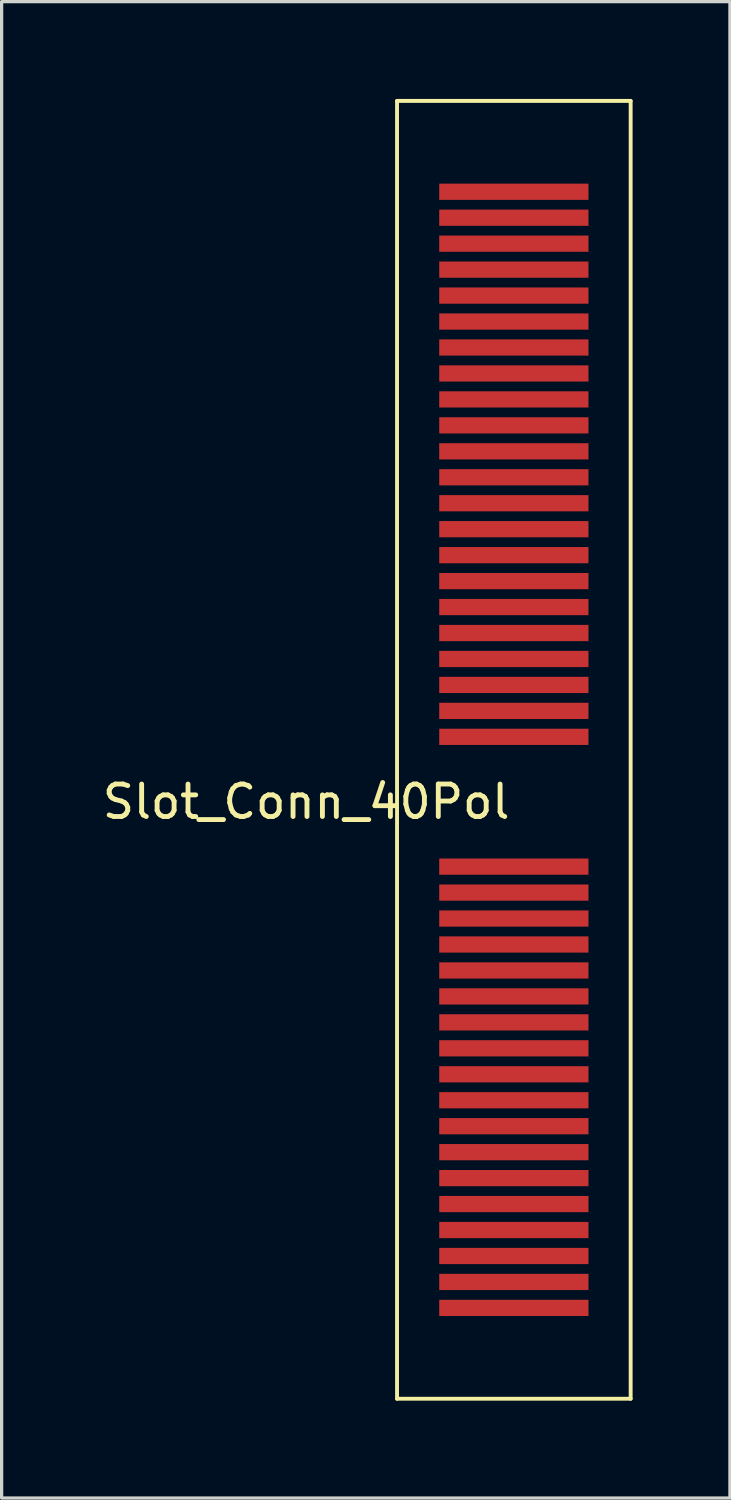
<source format=kicad_pcb>
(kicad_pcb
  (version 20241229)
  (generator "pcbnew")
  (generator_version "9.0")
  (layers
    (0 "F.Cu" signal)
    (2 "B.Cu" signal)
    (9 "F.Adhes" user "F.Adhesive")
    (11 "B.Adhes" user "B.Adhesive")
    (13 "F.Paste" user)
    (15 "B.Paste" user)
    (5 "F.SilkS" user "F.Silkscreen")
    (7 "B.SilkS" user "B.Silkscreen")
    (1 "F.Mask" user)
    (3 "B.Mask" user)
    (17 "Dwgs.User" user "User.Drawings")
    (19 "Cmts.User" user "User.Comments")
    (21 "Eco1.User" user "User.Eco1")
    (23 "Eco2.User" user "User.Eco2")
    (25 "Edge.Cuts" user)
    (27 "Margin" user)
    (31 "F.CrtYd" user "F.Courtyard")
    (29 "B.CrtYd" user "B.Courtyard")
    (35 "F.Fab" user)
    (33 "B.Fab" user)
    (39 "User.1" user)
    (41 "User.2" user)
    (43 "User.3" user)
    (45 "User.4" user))
  (footprint "Slot_Conn_40Pol"
    (layer "F.Cu")
    (at 11.987 20.86)
    (property "Reference" "Slot_Conn_40Pol" (at -5.6 0.8 0) (layer "F.SilkS") (effects (font (size 1 1) (thickness 0.15))))
    (attr through_hole)
    (fp_line (start -2.8 19.2) (end -2.8 -20.8) (stroke (width 0.12) (type solid)) (layer "F.SilkS"))
    (fp_line (start 4.4 -20.8) (end -2.8 -20.8) (stroke (width 0.12) (type solid)) (layer "F.SilkS"))
    (fp_line (start 4.4 19.2) (end -2.8 19.2) (stroke (width 0.12) (type solid)) (layer "F.SilkS"))
    (fp_line (start 4.4 19.2) (end 4.4 -20.8) (stroke (width 0.12) (type solid)) (layer "F.SilkS"))
    (pad "1" smd rect (at 0.8 -18) (size 4.6 0.5) (layers "F.Cu" "F.Mask" "F.Paste"))
    (pad "2" smd rect (at 0.8 -17.2) (size 4.6 0.5) (layers "F.Cu" "F.Mask" "F.Paste"))
    (pad "3" smd rect (at 0.8 -16.4) (size 4.6 0.5) (layers "F.Cu" "F.Mask" "F.Paste"))
    (pad "4" smd rect (at 0.8 -15.6) (size 4.6 0.5) (layers "F.Cu" "F.Mask" "F.Paste"))
    (pad "5" smd rect (at 0.8 -14.8) (size 4.6 0.5) (layers "F.Cu" "F.Mask" "F.Paste"))
    (pad "6" smd rect (at 0.8 -14) (size 4.6 0.5) (layers "F.Cu" "F.Mask" "F.Paste"))
    (pad "7" smd rect (at 0.8 -13.2) (size 4.6 0.5) (layers "F.Cu" "F.Mask" "F.Paste"))
    (pad "8" smd rect (at 0.8 -12.4) (size 4.6 0.5) (layers "F.Cu" "F.Mask" "F.Paste"))
    (pad "9" smd rect (at 0.8 -11.6) (size 4.6 0.5) (layers "F.Cu" "F.Mask" "F.Paste"))
    (pad "10" smd rect (at 0.8 -10.8) (size 4.6 0.5) (layers "F.Cu" "F.Mask" "F.Paste"))
    (pad "11" smd rect (at 0.8 -10) (size 4.6 0.5) (layers "F.Cu" "F.Mask" "F.Paste"))
    (pad "12" smd rect (at 0.8 -9.2) (size 4.6 0.5) (layers "F.Cu" "F.Mask" "F.Paste"))
    (pad "13" smd rect (at 0.8 -8.4) (size 4.6 0.5) (layers "F.Cu" "F.Mask" "F.Paste"))
    (pad "14" smd rect (at 0.8 -7.6) (size 4.6 0.5) (layers "F.Cu" "F.Mask" "F.Paste"))
    (pad "15" smd rect (at 0.8 -6.8) (size 4.6 0.5) (layers "F.Cu" "F.Mask" "F.Paste"))
    (pad "16" smd rect (at 0.8 -6) (size 4.6 0.5) (layers "F.Cu" "F.Mask" "F.Paste"))
    (pad "17" smd rect (at 0.8 -5.2) (size 4.6 0.5) (layers "F.Cu" "F.Mask" "F.Paste"))
    (pad "18" smd rect (at 0.8 -4.4) (size 4.6 0.5) (layers "F.Cu" "F.Mask" "F.Paste"))
    (pad "19" smd rect (at 0.8 -3.6) (size 4.6 0.5) (layers "F.Cu" "F.Mask" "F.Paste"))
    (pad "20" smd rect (at 0.8 -2.8) (size 4.6 0.5) (layers "F.Cu" "F.Mask" "F.Paste"))
    (pad "21" smd rect (at 0.8 -2) (size 4.6 0.5) (layers "F.Cu" "F.Mask" "F.Paste"))
    (pad "22" smd rect (at 0.8 -1.2) (size 4.6 0.5) (layers "F.Cu" "F.Mask" "F.Paste"))
    (pad "23" smd rect (at 0.8 2.8) (size 4.6 0.5) (layers "F.Cu" "F.Mask" "F.Paste"))
    (pad "24" smd rect (at 0.8 3.6) (size 4.6 0.5) (layers "F.Cu" "F.Mask" "F.Paste"))
    (pad "25" smd rect (at 0.8 4.4) (size 4.6 0.5) (layers "F.Cu" "F.Mask" "F.Paste"))
    (pad "26" smd rect (at 0.8 5.2) (size 4.6 0.5) (layers "F.Cu" "F.Mask" "F.Paste"))
    (pad "27" smd rect (at 0.8 6) (size 4.6 0.5) (layers "F.Cu" "F.Mask" "F.Paste"))
    (pad "28" smd rect (at 0.8 6.8) (size 4.6 0.5) (layers "F.Cu" "F.Mask" "F.Paste"))
    (pad "29" smd rect (at 0.8 7.6) (size 4.6 0.5) (layers "F.Cu" "F.Mask" "F.Paste"))
    (pad "30" smd rect (at 0.8 8.4) (size 4.6 0.5) (layers "F.Cu" "F.Mask" "F.Paste"))
    (pad "31" smd rect (at 0.8 9.2) (size 4.6 0.5) (layers "F.Cu" "F.Mask" "F.Paste"))
    (pad "32" smd rect (at 0.8 10) (size 4.6 0.5) (layers "F.Cu" "F.Mask" "F.Paste"))
    (pad "33" smd rect (at 0.8 10.8) (size 4.6 0.5) (layers "F.Cu" "F.Mask" "F.Paste"))
    (pad "34" smd rect (at 0.8 11.6) (size 4.6 0.5) (layers "F.Cu" "F.Mask" "F.Paste"))
    (pad "35" smd rect (at 0.8 12.4) (size 4.6 0.5) (layers "F.Cu" "F.Mask" "F.Paste"))
    (pad "36" smd rect (at 0.8 13.2) (size 4.6 0.5) (layers "F.Cu" "F.Mask" "F.Paste"))
    (pad "37" smd rect (at 0.8 14) (size 4.6 0.5) (layers "F.Cu" "F.Mask" "F.Paste"))
    (pad "38" smd rect (at 0.8 14.8) (size 4.6 0.5) (layers "F.Cu" "F.Mask" "F.Paste"))
    (pad "39" smd rect (at 0.8 15.6) (size 4.6 0.5) (layers "F.Cu" "F.Mask" "F.Paste"))
    (pad "40" smd rect (at 0.8 16.4) (size 4.6 0.5) (layers "F.Cu" "F.Mask" "F.Paste")))
  (gr_rect
    (start -3 -3)
    (end 19.447 43.12)
    (stroke (width 0.1) (type default))
    (fill no)
    (layer "Edge.Cuts")))
</source>
